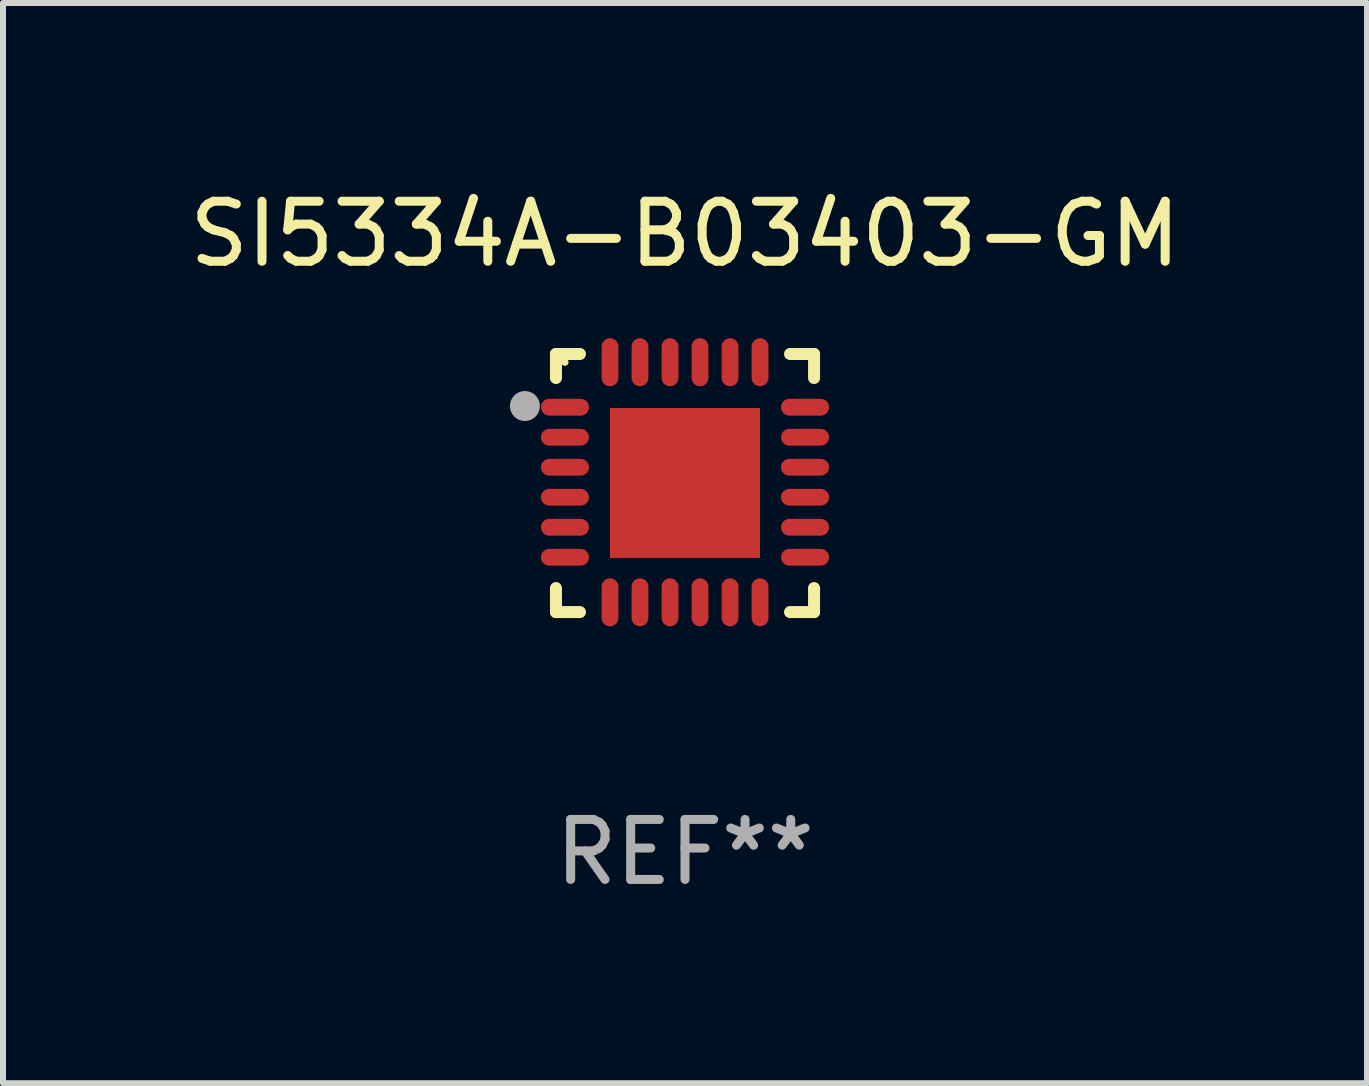
<source format=kicad_pcb>
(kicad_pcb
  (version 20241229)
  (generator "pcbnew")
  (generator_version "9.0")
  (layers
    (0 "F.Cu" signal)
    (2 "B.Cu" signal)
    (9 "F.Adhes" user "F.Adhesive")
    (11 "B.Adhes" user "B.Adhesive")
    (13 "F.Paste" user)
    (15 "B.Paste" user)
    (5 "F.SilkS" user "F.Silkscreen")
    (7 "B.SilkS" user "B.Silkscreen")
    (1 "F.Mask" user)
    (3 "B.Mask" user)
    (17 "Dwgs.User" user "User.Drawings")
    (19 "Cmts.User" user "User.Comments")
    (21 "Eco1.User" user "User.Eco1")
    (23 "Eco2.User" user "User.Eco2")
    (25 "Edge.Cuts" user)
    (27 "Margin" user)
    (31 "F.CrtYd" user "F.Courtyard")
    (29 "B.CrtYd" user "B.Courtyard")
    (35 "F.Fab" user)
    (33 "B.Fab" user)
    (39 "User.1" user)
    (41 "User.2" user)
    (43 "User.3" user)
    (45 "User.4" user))
  (footprint "SI5334A-B03403-GM"
    (layer "F.Cu")
    (at 8.363 4.998)
    (property "Reference" "SI5334A-B03403-GM" (at 0 -4.15 0) (layer "F.SilkS") (effects (font (size 1 1) (thickness 0.15))))
    (attr through_hole)
    (fp_line (start -2.15 -2.15) (end -1.75 -2.15) (stroke (width 0.2) (type solid)) (layer "F.SilkS"))
    (fp_line (start -2.15 -1.75) (end -2.15 -2.15) (stroke (width 0.2) (type solid)) (layer "F.SilkS"))
    (fp_line (start -2.15 2.15) (end -2.15 1.75) (stroke (width 0.2) (type solid)) (layer "F.SilkS"))
    (fp_line (start -1.75 2.15) (end -2.15 2.15) (stroke (width 0.2) (type solid)) (layer "F.SilkS"))
    (fp_line (start 1.75 -2.15) (end 2.15 -2.15) (stroke (width 0.2) (type solid)) (layer "F.SilkS"))
    (fp_line (start 1.75 2.15) (end 2.15 2.15) (stroke (width 0.2) (type solid)) (layer "F.SilkS"))
    (fp_line (start 2.15 -2.15) (end 2.15 -1.75) (stroke (width 0.2) (type solid)) (layer "F.SilkS"))
    (fp_line (start 2.15 2.15) (end 2.15 1.75) (stroke (width 0.2) (type solid)) (layer "F.SilkS"))
    (fp_circle (center -2 -2.013) (end -1.97 -2.013) (stroke (width 0.06) (type solid)) (fill no) (layer "F.SilkS"))
    (fp_circle (center -2.667 -1.283) (end -2.542 -1.283) (stroke (width 0.25) (type solid)) (fill no) (layer "F.Fab"))
    (fp_text user "REF**" (at 0 6.15 0) (layer "F.Fab") (effects (font (size 1 1) (thickness 0.15))))
    (pad "1" smd oval (at -2 -1.263) (size 0.8 0.28) (layers "F.Cu" "F.Mask" "F.Paste"))
    (pad "2" smd oval (at -2 -0.763) (size 0.8 0.28) (layers "F.Cu" "F.Mask" "F.Paste"))
    (pad "3" smd oval (at -2 -0.263) (size 0.8 0.28) (layers "F.Cu" "F.Mask" "F.Paste"))
    (pad "4" smd oval (at -2 0.237) (size 0.8 0.28) (layers "F.Cu" "F.Mask" "F.Paste"))
    (pad "5" smd oval (at -2 0.737) (size 0.8 0.28) (layers "F.Cu" "F.Mask" "F.Paste"))
    (pad "6" smd oval (at -2 1.237) (size 0.8 0.28) (layers "F.Cu" "F.Mask" "F.Paste"))
    (pad "7" smd oval (at -1.25 1.987) (size 0.28 0.8) (layers "F.Cu" "F.Mask" "F.Paste"))
    (pad "8" smd oval (at -0.75 1.987) (size 0.28 0.8) (layers "F.Cu" "F.Mask" "F.Paste"))
    (pad "9" smd oval (at -0.25 1.987) (size 0.28 0.8) (layers "F.Cu" "F.Mask" "F.Paste"))
    (pad "10" smd oval (at 0.25 1.987) (size 0.28 0.8) (layers "F.Cu" "F.Mask" "F.Paste"))
    (pad "11" smd oval (at 0.75 1.987) (size 0.28 0.8) (layers "F.Cu" "F.Mask" "F.Paste"))
    (pad "12" smd oval (at 1.25 1.987) (size 0.28 0.8) (layers "F.Cu" "F.Mask" "F.Paste"))
    (pad "13" smd oval (at 2 1.237) (size 0.8 0.28) (layers "F.Cu" "F.Mask" "F.Paste"))
    (pad "14" smd oval (at 2 0.737) (size 0.8 0.28) (layers "F.Cu" "F.Mask" "F.Paste"))
    (pad "15" smd oval (at 2 0.237) (size 0.8 0.28) (layers "F.Cu" "F.Mask" "F.Paste"))
    (pad "16" smd oval (at 2 -0.263) (size 0.8 0.28) (layers "F.Cu" "F.Mask" "F.Paste"))
    (pad "17" smd oval (at 2 -0.763) (size 0.8 0.28) (layers "F.Cu" "F.Mask" "F.Paste"))
    (pad "18" smd oval (at 2 -1.263) (size 0.8 0.28) (layers "F.Cu" "F.Mask" "F.Paste"))
    (pad "19" smd oval (at 1.25 -2.013) (size 0.28 0.8) (layers "F.Cu" "F.Mask" "F.Paste"))
    (pad "20" smd oval (at 0.75 -2.013) (size 0.28 0.8) (layers "F.Cu" "F.Mask" "F.Paste"))
    (pad "21" smd oval (at 0.25 -2.013) (size 0.28 0.8) (layers "F.Cu" "F.Mask" "F.Paste"))
    (pad "22" smd oval (at -0.25 -2.013) (size 0.28 0.8) (layers "F.Cu" "F.Mask" "F.Paste"))
    (pad "23" smd oval (at -0.75 -2.013) (size 0.28 0.8) (layers "F.Cu" "F.Mask" "F.Paste"))
    (pad "24" smd oval (at -1.25 -2.013) (size 0.28 0.8) (layers "F.Cu" "F.Mask" "F.Paste"))
    (pad "25" smd rect (at -0.000127 -0.00014) (size 2.5 2.5) (layers "F.Cu" "F.Mask" "F.Paste")))
  (gr_rect
    (start -3 -3)
    (end 19.726 14.997)
    (stroke (width 0.1) (type default))
    (fill no)
    (layer "Edge.Cuts")))
</source>
